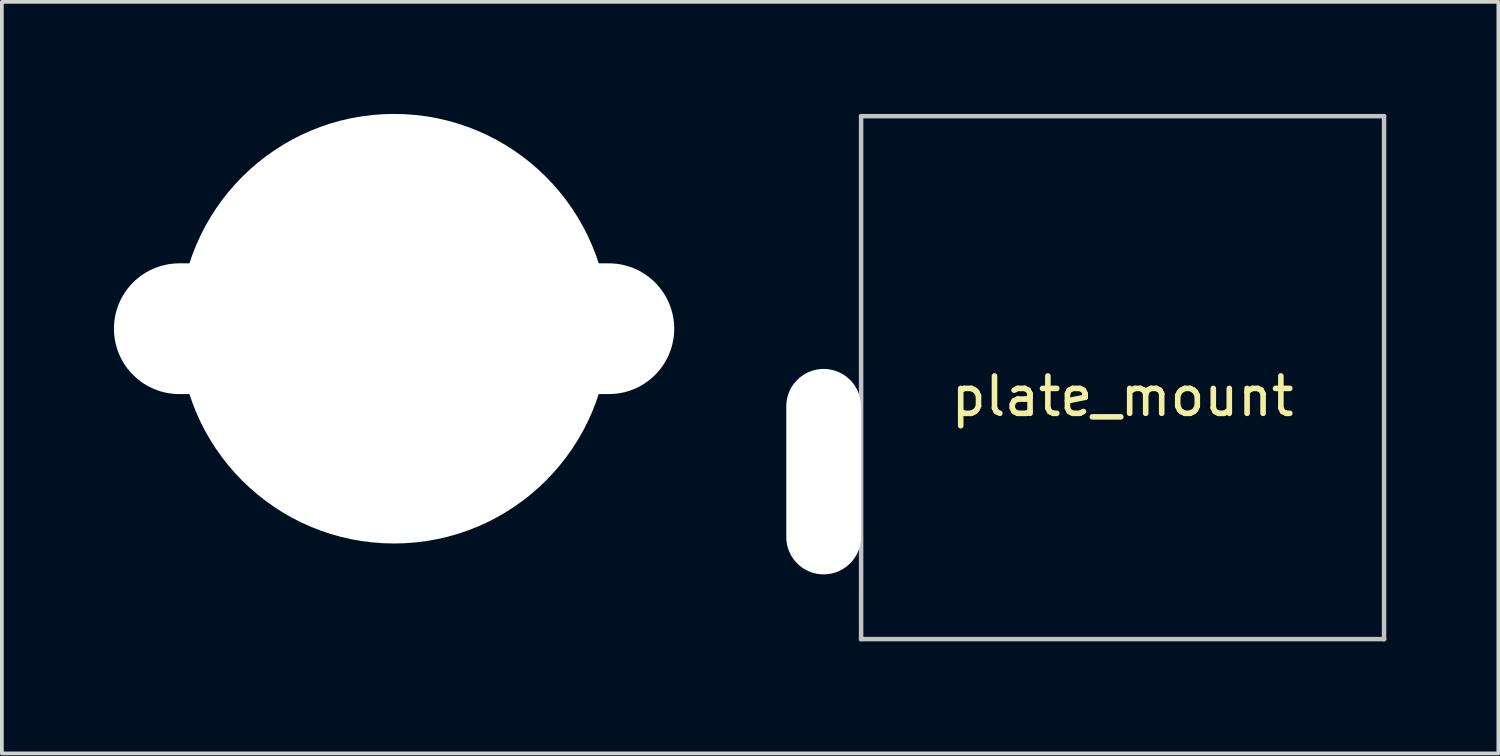
<source format=kicad_pcb>
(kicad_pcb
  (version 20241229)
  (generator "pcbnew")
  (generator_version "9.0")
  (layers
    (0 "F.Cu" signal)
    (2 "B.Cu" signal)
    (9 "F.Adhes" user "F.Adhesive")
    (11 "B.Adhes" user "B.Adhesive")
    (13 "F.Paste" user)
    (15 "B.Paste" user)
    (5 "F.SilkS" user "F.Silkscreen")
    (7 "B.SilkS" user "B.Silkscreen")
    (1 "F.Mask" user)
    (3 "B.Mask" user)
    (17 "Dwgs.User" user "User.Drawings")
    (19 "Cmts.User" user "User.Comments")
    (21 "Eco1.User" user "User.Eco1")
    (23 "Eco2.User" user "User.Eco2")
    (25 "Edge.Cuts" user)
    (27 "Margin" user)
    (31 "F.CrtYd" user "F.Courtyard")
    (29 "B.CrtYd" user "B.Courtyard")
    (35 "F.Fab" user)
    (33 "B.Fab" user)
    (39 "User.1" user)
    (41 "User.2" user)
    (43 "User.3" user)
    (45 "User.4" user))
  (footprint "hole"
    (layer "F.Cu")
    (at 7.5 5.75)
    (property "Reference" "hole" (at 0 0.5 0) (layer "F.SilkS") (effects (font (size 1 1) (thickness 0.15))))
    (attr through_hole)
    (pad "" np_thru_hole circle (at 0 0) (size 11.5 11.5) (drill 11.5) (layers "*.Cu" "*.Mask"))
    (pad "" np_thru_hole oval (at 0 0) (size 15 3.5) (drill oval 15 3.5) (layers "*.Cu" "*.Mask")))
  (footprint "plate_mount"
    (layer "F.Cu")
    (at 27.003 7.06)
    (property "Reference" "plate_mount" (at 0 0.5 0) (layer "F.SilkS") (effects (font (size 1 1) (thickness 0.15))))
    (attr through_hole)
    (fp_line (start -7 -7) (end -7 7) (stroke (width 0.12) (type solid)) (layer "Dwgs.User"))
    (fp_line (start -7 7) (end 7 7) (stroke (width 0.12) (type solid)) (layer "Dwgs.User"))
    (fp_line (start 7 -7) (end -7 -7) (stroke (width 0.12) (type solid)) (layer "Dwgs.User"))
    (fp_line (start 7 7) (end 7 -7) (stroke (width 0.12) (type solid)) (layer "Dwgs.User"))
    (pad "" np_thru_hole oval (at -8.003 2.517) (size 2 5.5) (drill oval 2 5.5) (layers "*.Cu" "*.Mask")))
  (gr_rect
    (start -3 -3)
    (end 37.063 17.12)
    (stroke (width 0.1) (type default))
    (fill no)
    (layer "Edge.Cuts")))
</source>
